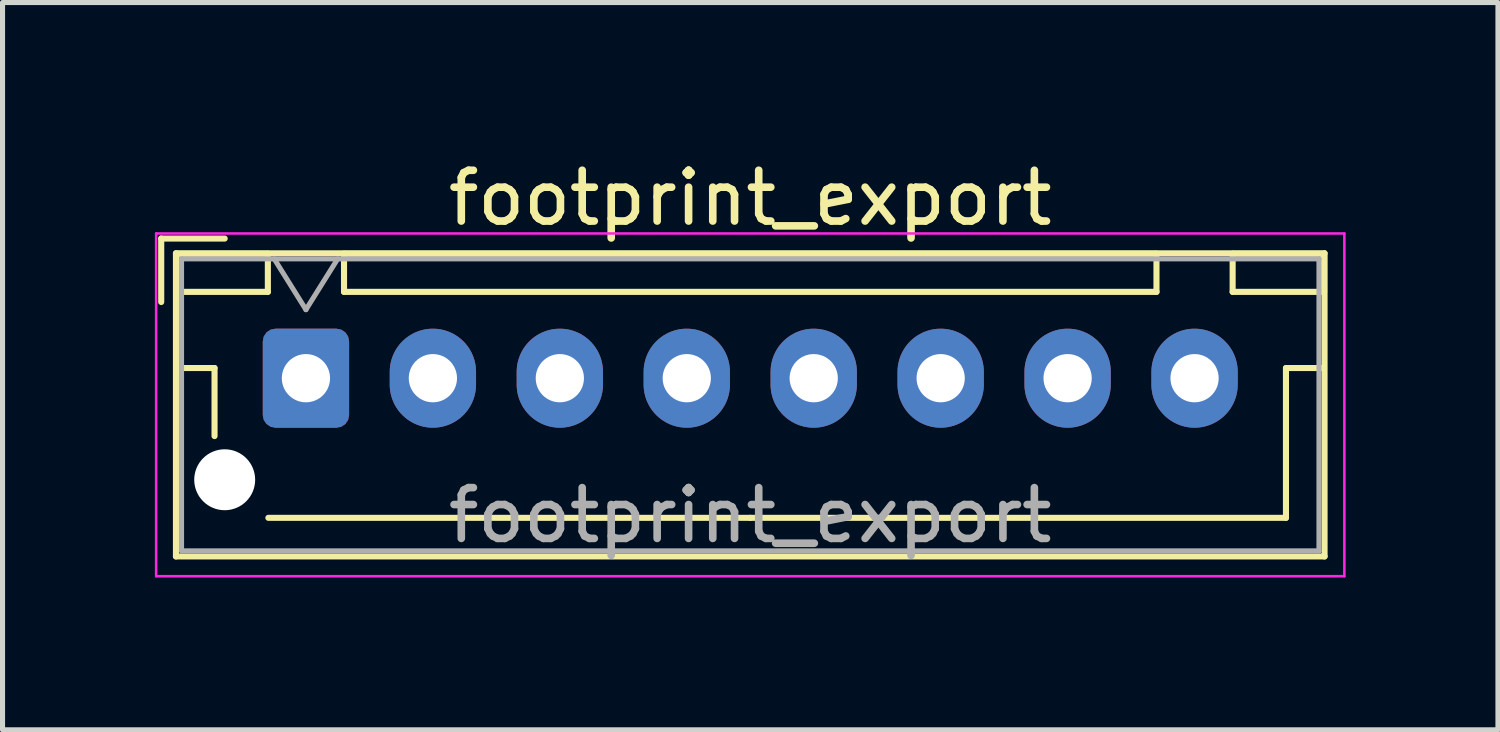
<source format=kicad_pcb>
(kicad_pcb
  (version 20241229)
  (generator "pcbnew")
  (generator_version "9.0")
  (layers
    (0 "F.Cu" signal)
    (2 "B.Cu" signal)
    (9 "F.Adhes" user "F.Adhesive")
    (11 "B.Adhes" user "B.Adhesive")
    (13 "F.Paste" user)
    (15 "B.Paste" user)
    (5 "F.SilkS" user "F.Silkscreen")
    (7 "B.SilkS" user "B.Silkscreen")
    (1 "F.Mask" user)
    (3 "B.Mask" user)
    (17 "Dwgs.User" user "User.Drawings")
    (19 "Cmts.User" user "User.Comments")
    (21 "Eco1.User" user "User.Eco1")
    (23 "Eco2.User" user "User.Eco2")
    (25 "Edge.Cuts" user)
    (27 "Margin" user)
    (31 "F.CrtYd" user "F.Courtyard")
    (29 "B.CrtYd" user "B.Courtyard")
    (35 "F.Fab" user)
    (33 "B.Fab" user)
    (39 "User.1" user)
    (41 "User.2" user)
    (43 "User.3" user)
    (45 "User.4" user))
  (footprint "footprint_export"
    (layer "F.Cu")
    (at 2.975 4.398)
    (property "Reference" "footprint_export" (at 8.75 -3.55 0) (layer "F.SilkS") (effects (font (size 1 1) (thickness 0.15))))
    (attr through_hole)
    (fp_line (start -2.85 -2.75) (end -2.85 -1.5) (stroke (width 0.12) (type solid)) (layer "F.SilkS"))
    (fp_line (start -2.56 -2.46) (end -2.56 3.51) (stroke (width 0.12) (type solid)) (layer "F.SilkS"))
    (fp_line (start -2.56 3.51) (end 20.06 3.51) (stroke (width 0.12) (type solid)) (layer "F.SilkS"))
    (fp_line (start -2.55 -2.45) (end -2.55 -1.7) (stroke (width 0.12) (type solid)) (layer "F.SilkS"))
    (fp_line (start -2.55 -1.7) (end -0.75 -1.7) (stroke (width 0.12) (type solid)) (layer "F.SilkS"))
    (fp_line (start -2.55 -0.2) (end -1.8 -0.2) (stroke (width 0.12) (type solid)) (layer "F.SilkS"))
    (fp_line (start -1.8 -0.2) (end -1.8 1.14) (stroke (width 0.12) (type solid)) (layer "F.SilkS"))
    (fp_line (start -1.6 -2.75) (end -2.85 -2.75) (stroke (width 0.12) (type solid)) (layer "F.SilkS"))
    (fp_line (start -0.75 -2.45) (end -2.55 -2.45) (stroke (width 0.12) (type solid)) (layer "F.SilkS"))
    (fp_line (start -0.75 -1.7) (end -0.75 -2.45) (stroke (width 0.12) (type solid)) (layer "F.SilkS"))
    (fp_line (start 0.75 -2.45) (end 0.75 -1.7) (stroke (width 0.12) (type solid)) (layer "F.SilkS"))
    (fp_line (start 0.75 -1.7) (end 16.75 -1.7) (stroke (width 0.12) (type solid)) (layer "F.SilkS"))
    (fp_line (start 8.75 2.75) (end -0.74 2.75) (stroke (width 0.12) (type solid)) (layer "F.SilkS"))
    (fp_line (start 16.75 -2.45) (end 0.75 -2.45) (stroke (width 0.12) (type solid)) (layer "F.SilkS"))
    (fp_line (start 16.75 -1.7) (end 16.75 -2.45) (stroke (width 0.12) (type solid)) (layer "F.SilkS"))
    (fp_line (start 18.25 -2.45) (end 18.25 -1.7) (stroke (width 0.12) (type solid)) (layer "F.SilkS"))
    (fp_line (start 18.25 -1.7) (end 20.05 -1.7) (stroke (width 0.12) (type solid)) (layer "F.SilkS"))
    (fp_line (start 19.3 -0.2) (end 19.3 2.75) (stroke (width 0.12) (type solid)) (layer "F.SilkS"))
    (fp_line (start 19.3 2.75) (end 8.75 2.75) (stroke (width 0.12) (type solid)) (layer "F.SilkS"))
    (fp_line (start 20.05 -2.45) (end 18.25 -2.45) (stroke (width 0.12) (type solid)) (layer "F.SilkS"))
    (fp_line (start 20.05 -1.7) (end 20.05 -2.45) (stroke (width 0.12) (type solid)) (layer "F.SilkS"))
    (fp_line (start 20.05 -0.2) (end 19.3 -0.2) (stroke (width 0.12) (type solid)) (layer "F.SilkS"))
    (fp_line (start 20.06 -2.46) (end -2.56 -2.46) (stroke (width 0.12) (type solid)) (layer "F.SilkS"))
    (fp_line (start 20.06 3.51) (end 20.06 -2.46) (stroke (width 0.12) (type solid)) (layer "F.SilkS"))
    (fp_line (start -2.95 -2.85) (end -2.95 3.9) (stroke (width 0.05) (type solid)) (layer "F.CrtYd"))
    (fp_line (start -2.95 3.9) (end 20.45 3.9) (stroke (width 0.05) (type solid)) (layer "F.CrtYd"))
    (fp_line (start 20.45 -2.85) (end -2.95 -2.85) (stroke (width 0.05) (type solid)) (layer "F.CrtYd"))
    (fp_line (start 20.45 3.9) (end 20.45 -2.85) (stroke (width 0.05) (type solid)) (layer "F.CrtYd"))
    (fp_line (start -2.45 -2.35) (end -2.45 3.4) (stroke (width 0.1) (type solid)) (layer "F.Fab"))
    (fp_line (start -2.45 3.4) (end 19.95 3.4) (stroke (width 0.1) (type solid)) (layer "F.Fab"))
    (fp_line (start -0.625 -2.35) (end 0 -1.35) (stroke (width 0.1) (type solid)) (layer "F.Fab"))
    (fp_line (start 0 -1.35) (end 0.625 -2.35) (stroke (width 0.1) (type solid)) (layer "F.Fab"))
    (fp_line (start 19.95 -2.35) (end -2.45 -2.35) (stroke (width 0.1) (type solid)) (layer "F.Fab"))
    (fp_line (start 19.95 3.4) (end 19.95 -2.35) (stroke (width 0.1) (type solid)) (layer "F.Fab"))
    (fp_text user "${REFERENCE}" (at 8.75 2.7 0) (layer "F.Fab") (effects (font (size 1 1) (thickness 0.15))))
    (pad "" np_thru_hole circle (at -1.6 2) (size 1.2 1.2) (drill 1.2) (layers "*.Cu" "*.Mask"))
    (pad "1" thru_hole roundrect (at 0 0) (size 1.7 1.95) (drill 0.95) (layers "*.Cu" "*.Mask") (roundrect_rratio 0.147))
    (pad "2" thru_hole oval (at 2.5 0) (size 1.7 1.95) (drill 0.95) (layers "*.Cu" "*.Mask"))
    (pad "3" thru_hole oval (at 5 0) (size 1.7 1.95) (drill 0.95) (layers "*.Cu" "*.Mask"))
    (pad "4" thru_hole oval (at 7.5 0) (size 1.7 1.95) (drill 0.95) (layers "*.Cu" "*.Mask"))
    (pad "5" thru_hole oval (at 10 0) (size 1.7 1.95) (drill 0.95) (layers "*.Cu" "*.Mask"))
    (pad "6" thru_hole oval (at 12.5 0) (size 1.7 1.95) (drill 0.95) (layers "*.Cu" "*.Mask"))
    (pad "7" thru_hole oval (at 15 0) (size 1.7 1.95) (drill 0.95) (layers "*.Cu" "*.Mask"))
    (pad "8" thru_hole oval (at 17.5 0) (size 1.7 1.95) (drill 0.95) (layers "*.Cu" "*.Mask")))
  (gr_rect
    (start -3 -3)
    (end 26.45 11.323)
    (stroke (width 0.1) (type default))
    (fill no)
    (layer "Edge.Cuts")))
</source>
